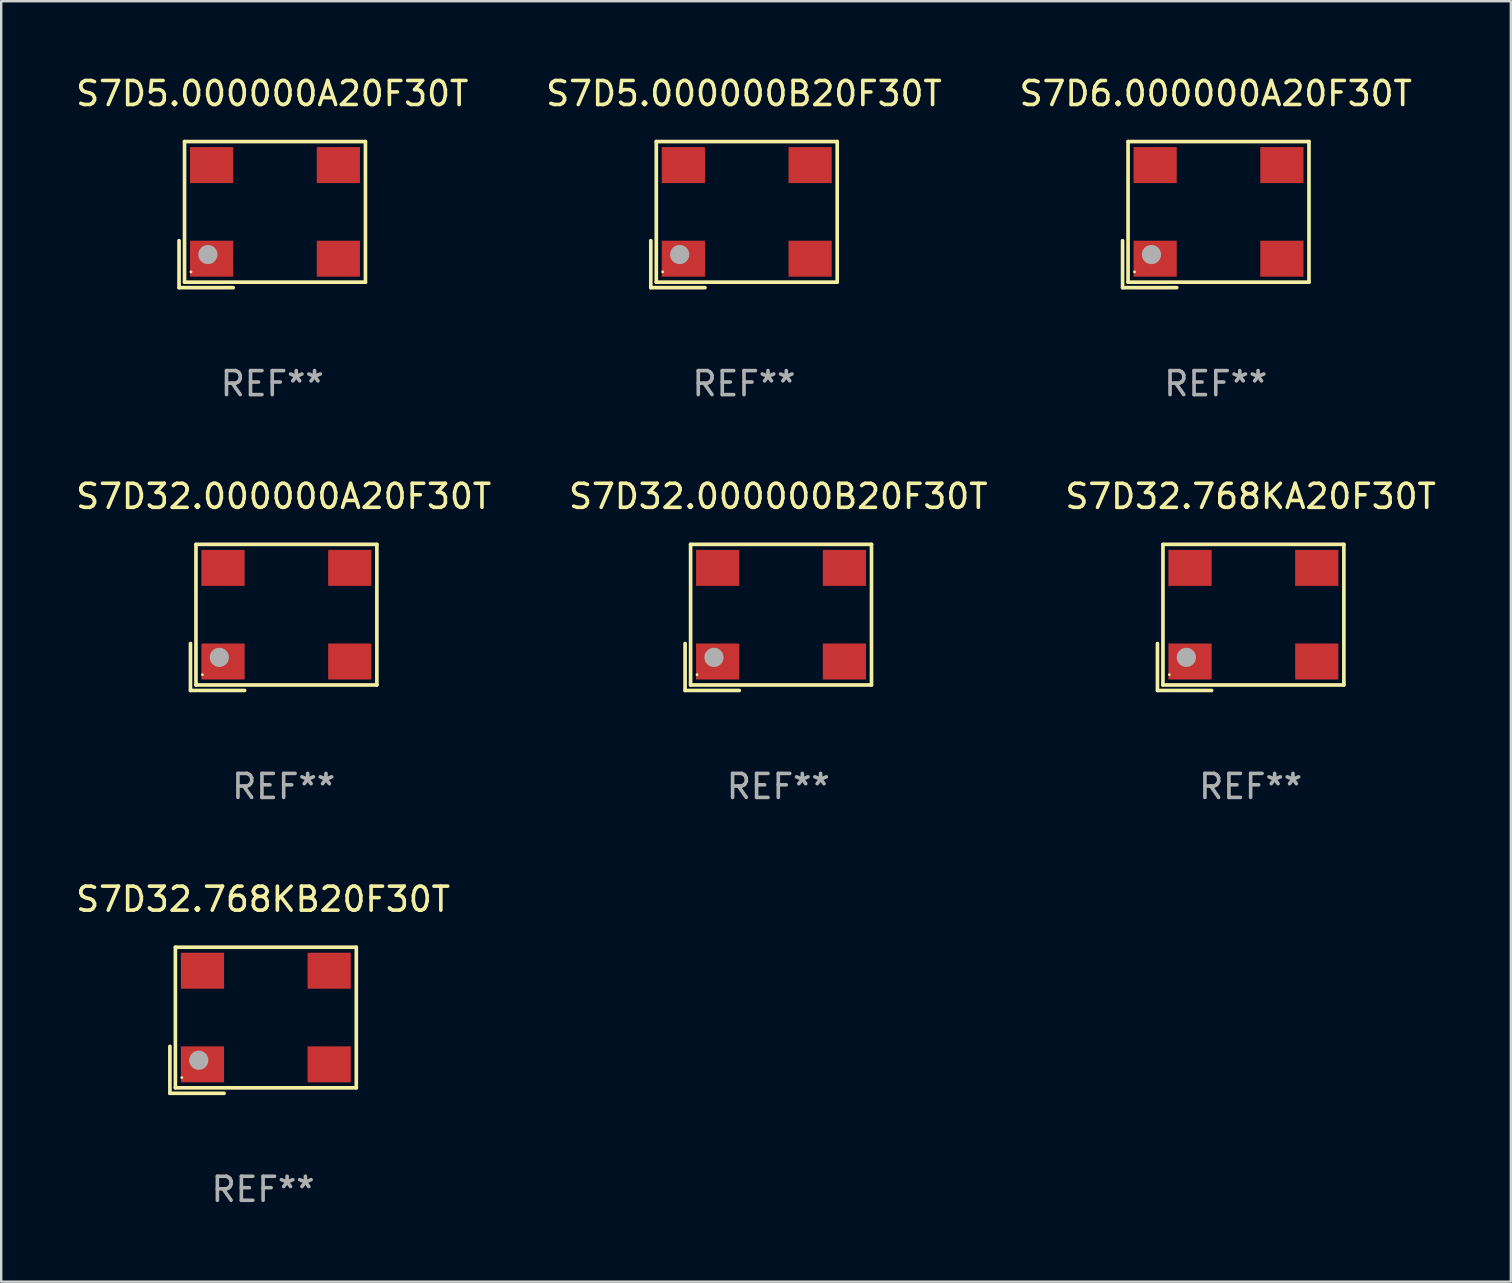
<source format=kicad_pcb>
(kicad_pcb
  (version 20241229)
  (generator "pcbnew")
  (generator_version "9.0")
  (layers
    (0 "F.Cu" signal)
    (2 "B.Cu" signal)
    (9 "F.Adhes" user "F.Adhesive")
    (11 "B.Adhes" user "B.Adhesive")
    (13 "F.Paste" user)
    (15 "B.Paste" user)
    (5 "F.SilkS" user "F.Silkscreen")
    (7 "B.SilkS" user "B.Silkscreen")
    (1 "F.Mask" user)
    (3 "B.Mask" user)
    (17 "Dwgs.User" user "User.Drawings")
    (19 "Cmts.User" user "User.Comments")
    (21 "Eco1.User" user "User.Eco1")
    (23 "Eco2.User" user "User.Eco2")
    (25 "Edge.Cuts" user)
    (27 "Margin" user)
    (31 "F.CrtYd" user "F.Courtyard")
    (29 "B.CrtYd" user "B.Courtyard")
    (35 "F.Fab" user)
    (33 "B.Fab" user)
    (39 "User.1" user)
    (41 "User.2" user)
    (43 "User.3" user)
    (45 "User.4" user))
  (footprint "S7D32.000000B20F30T"
    (layer "F.Cu")
    (at 29.375 22.673)
    (property "Reference" "S7D32.000000B20F30T" (at 0 -5.043 0) (layer "F.SilkS") (effects (font (size 1 1) (thickness 0.15))))
    (attr through_hole)
    (fp_line (start -3.883 1.086) (end -3.883 3.043) (stroke (width 0.152) (type solid)) (layer "F.SilkS"))
    (fp_line (start -3.883 3.043) (end -1.626 3.043) (stroke (width 0.152) (type solid)) (layer "F.SilkS"))
    (fp_line (start -3.654 -3.043) (end 3.883 -3.043) (stroke (width 0.152) (type solid)) (layer "F.SilkS"))
    (fp_line (start -3.654 2.814) (end -3.654 -3.043) (stroke (width 0.152) (type solid)) (layer "F.SilkS"))
    (fp_line (start 3.883 -3.043) (end 3.883 2.814) (stroke (width 0.152) (type solid)) (layer "F.SilkS"))
    (fp_line (start 3.883 2.814) (end -3.654 2.814) (stroke (width 0.152) (type solid)) (layer "F.SilkS"))
    (fp_circle (center -3.386 2.386) (end -3.356 2.386) (stroke (width 0.06) (type solid)) (fill no) (layer "F.SilkS"))
    (fp_circle (center -2.68 1.664) (end -2.48 1.664) (stroke (width 0.4) (type solid)) (fill no) (layer "F.Fab"))
    (fp_text user "REF**" (at 0 7.043 0) (layer "F.Fab") (effects (font (size 1 1) (thickness 0.15))))
    (pad "1" smd rect (at -2.526 1.836) (size 1.8 1.5) (layers "F.Cu" "F.Mask" "F.Paste"))
    (pad "2" smd rect (at 2.754 1.836) (size 1.8 1.5) (layers "F.Cu" "F.Mask" "F.Paste"))
    (pad "3" smd rect (at 2.754 -2.064) (size 1.8 1.5) (layers "F.Cu" "F.Mask" "F.Paste"))
    (pad "4" smd rect (at -2.526 -2.064) (size 1.8 1.5) (layers "F.Cu" "F.Mask" "F.Paste")))
  (footprint "S7D5.000000A20F30T"
    (layer "F.Cu")
    (at 8.292 5.891)
    (property "Reference" "S7D5.000000A20F30T" (at 0 -5.043 0) (layer "F.SilkS") (effects (font (size 1 1) (thickness 0.15))))
    (attr through_hole)
    (fp_line (start -3.883 1.086) (end -3.883 3.043) (stroke (width 0.152) (type solid)) (layer "F.SilkS"))
    (fp_line (start -3.883 3.043) (end -1.626 3.043) (stroke (width 0.152) (type solid)) (layer "F.SilkS"))
    (fp_line (start -3.654 -3.043) (end 3.883 -3.043) (stroke (width 0.152) (type solid)) (layer "F.SilkS"))
    (fp_line (start -3.654 2.814) (end -3.654 -3.043) (stroke (width 0.152) (type solid)) (layer "F.SilkS"))
    (fp_line (start 3.883 -3.043) (end 3.883 2.814) (stroke (width 0.152) (type solid)) (layer "F.SilkS"))
    (fp_line (start 3.883 2.814) (end -3.654 2.814) (stroke (width 0.152) (type solid)) (layer "F.SilkS"))
    (fp_circle (center -3.386 2.386) (end -3.356 2.386) (stroke (width 0.06) (type solid)) (fill no) (layer "F.SilkS"))
    (fp_circle (center -2.68 1.664) (end -2.48 1.664) (stroke (width 0.4) (type solid)) (fill no) (layer "F.Fab"))
    (fp_text user "REF**" (at 0 7.043 0) (layer "F.Fab") (effects (font (size 1 1) (thickness 0.15))))
    (pad "1" smd rect (at -2.526 1.836) (size 1.8 1.5) (layers "F.Cu" "F.Mask" "F.Paste"))
    (pad "2" smd rect (at 2.754 1.836) (size 1.8 1.5) (layers "F.Cu" "F.Mask" "F.Paste"))
    (pad "3" smd rect (at 2.754 -2.064) (size 1.8 1.5) (layers "F.Cu" "F.Mask" "F.Paste"))
    (pad "4" smd rect (at -2.526 -2.064) (size 1.8 1.5) (layers "F.Cu" "F.Mask" "F.Paste")))
  (footprint "S7D5.000000B20F30T"
    (layer "F.Cu")
    (at 27.946 5.891)
    (property "Reference" "S7D5.000000B20F30T" (at 0 -5.043 0) (layer "F.SilkS") (effects (font (size 1 1) (thickness 0.15))))
    (attr through_hole)
    (fp_line (start -3.883 1.086) (end -3.883 3.043) (stroke (width 0.152) (type solid)) (layer "F.SilkS"))
    (fp_line (start -3.883 3.043) (end -1.626 3.043) (stroke (width 0.152) (type solid)) (layer "F.SilkS"))
    (fp_line (start -3.654 -3.043) (end 3.883 -3.043) (stroke (width 0.152) (type solid)) (layer "F.SilkS"))
    (fp_line (start -3.654 2.814) (end -3.654 -3.043) (stroke (width 0.152) (type solid)) (layer "F.SilkS"))
    (fp_line (start 3.883 -3.043) (end 3.883 2.814) (stroke (width 0.152) (type solid)) (layer "F.SilkS"))
    (fp_line (start 3.883 2.814) (end -3.654 2.814) (stroke (width 0.152) (type solid)) (layer "F.SilkS"))
    (fp_circle (center -3.386 2.386) (end -3.356 2.386) (stroke (width 0.06) (type solid)) (fill no) (layer "F.SilkS"))
    (fp_circle (center -2.68 1.664) (end -2.48 1.664) (stroke (width 0.4) (type solid)) (fill no) (layer "F.Fab"))
    (fp_text user "REF**" (at 0 7.043 0) (layer "F.Fab") (effects (font (size 1 1) (thickness 0.15))))
    (pad "1" smd rect (at -2.526 1.836) (size 1.8 1.5) (layers "F.Cu" "F.Mask" "F.Paste"))
    (pad "2" smd rect (at 2.754 1.836) (size 1.8 1.5) (layers "F.Cu" "F.Mask" "F.Paste"))
    (pad "3" smd rect (at 2.754 -2.064) (size 1.8 1.5) (layers "F.Cu" "F.Mask" "F.Paste"))
    (pad "4" smd rect (at -2.526 -2.064) (size 1.8 1.5) (layers "F.Cu" "F.Mask" "F.Paste")))
  (footprint "S7D6.000000A20F30T"
    (layer "F.Cu")
    (at 47.601 5.891)
    (property "Reference" "S7D6.000000A20F30T" (at 0 -5.043 0) (layer "F.SilkS") (effects (font (size 1 1) (thickness 0.15))))
    (attr through_hole)
    (fp_line (start -3.883 1.086) (end -3.883 3.043) (stroke (width 0.152) (type solid)) (layer "F.SilkS"))
    (fp_line (start -3.883 3.043) (end -1.626 3.043) (stroke (width 0.152) (type solid)) (layer "F.SilkS"))
    (fp_line (start -3.654 -3.043) (end 3.883 -3.043) (stroke (width 0.152) (type solid)) (layer "F.SilkS"))
    (fp_line (start -3.654 2.814) (end -3.654 -3.043) (stroke (width 0.152) (type solid)) (layer "F.SilkS"))
    (fp_line (start 3.883 -3.043) (end 3.883 2.814) (stroke (width 0.152) (type solid)) (layer "F.SilkS"))
    (fp_line (start 3.883 2.814) (end -3.654 2.814) (stroke (width 0.152) (type solid)) (layer "F.SilkS"))
    (fp_circle (center -3.386 2.386) (end -3.356 2.386) (stroke (width 0.06) (type solid)) (fill no) (layer "F.SilkS"))
    (fp_circle (center -2.68 1.664) (end -2.48 1.664) (stroke (width 0.4) (type solid)) (fill no) (layer "F.Fab"))
    (fp_text user "REF**" (at 0 7.043 0) (layer "F.Fab") (effects (font (size 1 1) (thickness 0.15))))
    (pad "1" smd rect (at -2.526 1.836) (size 1.8 1.5) (layers "F.Cu" "F.Mask" "F.Paste"))
    (pad "2" smd rect (at 2.754 1.836) (size 1.8 1.5) (layers "F.Cu" "F.Mask" "F.Paste"))
    (pad "3" smd rect (at 2.754 -2.064) (size 1.8 1.5) (layers "F.Cu" "F.Mask" "F.Paste"))
    (pad "4" smd rect (at -2.526 -2.064) (size 1.8 1.5) (layers "F.Cu" "F.Mask" "F.Paste")))
  (footprint "S7D32.768KA20F30T"
    (layer "F.Cu")
    (at 49.054 22.673)
    (property "Reference" "S7D32.768KA20F30T" (at 0 -5.043 0) (layer "F.SilkS") (effects (font (size 1 1) (thickness 0.15))))
    (attr through_hole)
    (fp_line (start -3.883 1.086) (end -3.883 3.043) (stroke (width 0.152) (type solid)) (layer "F.SilkS"))
    (fp_line (start -3.883 3.043) (end -1.626 3.043) (stroke (width 0.152) (type solid)) (layer "F.SilkS"))
    (fp_line (start -3.654 -3.043) (end 3.883 -3.043) (stroke (width 0.152) (type solid)) (layer "F.SilkS"))
    (fp_line (start -3.654 2.814) (end -3.654 -3.043) (stroke (width 0.152) (type solid)) (layer "F.SilkS"))
    (fp_line (start 3.883 -3.043) (end 3.883 2.814) (stroke (width 0.152) (type solid)) (layer "F.SilkS"))
    (fp_line (start 3.883 2.814) (end -3.654 2.814) (stroke (width 0.152) (type solid)) (layer "F.SilkS"))
    (fp_circle (center -3.386 2.386) (end -3.356 2.386) (stroke (width 0.06) (type solid)) (fill no) (layer "F.SilkS"))
    (fp_circle (center -2.68 1.664) (end -2.48 1.664) (stroke (width 0.4) (type solid)) (fill no) (layer "F.Fab"))
    (fp_text user "REF**" (at 0 7.043 0) (layer "F.Fab") (effects (font (size 1 1) (thickness 0.15))))
    (pad "1" smd rect (at -2.526 1.836) (size 1.8 1.5) (layers "F.Cu" "F.Mask" "F.Paste"))
    (pad "2" smd rect (at 2.754 1.836) (size 1.8 1.5) (layers "F.Cu" "F.Mask" "F.Paste"))
    (pad "3" smd rect (at 2.754 -2.064) (size 1.8 1.5) (layers "F.Cu" "F.Mask" "F.Paste"))
    (pad "4" smd rect (at -2.526 -2.064) (size 1.8 1.5) (layers "F.Cu" "F.Mask" "F.Paste")))
  (footprint "S7D32.768KB20F30T"
    (layer "F.Cu")
    (at 7.911 39.456)
    (property "Reference" "S7D32.768KB20F30T" (at 0 -5.043 0) (layer "F.SilkS") (effects (font (size 1 1) (thickness 0.15))))
    (attr through_hole)
    (fp_line (start -3.883 1.086) (end -3.883 3.043) (stroke (width 0.152) (type solid)) (layer "F.SilkS"))
    (fp_line (start -3.883 3.043) (end -1.626 3.043) (stroke (width 0.152) (type solid)) (layer "F.SilkS"))
    (fp_line (start -3.654 -3.043) (end 3.883 -3.043) (stroke (width 0.152) (type solid)) (layer "F.SilkS"))
    (fp_line (start -3.654 2.814) (end -3.654 -3.043) (stroke (width 0.152) (type solid)) (layer "F.SilkS"))
    (fp_line (start 3.883 -3.043) (end 3.883 2.814) (stroke (width 0.152) (type solid)) (layer "F.SilkS"))
    (fp_line (start 3.883 2.814) (end -3.654 2.814) (stroke (width 0.152) (type solid)) (layer "F.SilkS"))
    (fp_circle (center -3.386 2.386) (end -3.356 2.386) (stroke (width 0.06) (type solid)) (fill no) (layer "F.SilkS"))
    (fp_circle (center -2.68 1.664) (end -2.48 1.664) (stroke (width 0.4) (type solid)) (fill no) (layer "F.Fab"))
    (fp_text user "REF**" (at 0 7.043 0) (layer "F.Fab") (effects (font (size 1 1) (thickness 0.15))))
    (pad "1" smd rect (at -2.526 1.836) (size 1.8 1.5) (layers "F.Cu" "F.Mask" "F.Paste"))
    (pad "2" smd rect (at 2.754 1.836) (size 1.8 1.5) (layers "F.Cu" "F.Mask" "F.Paste"))
    (pad "3" smd rect (at 2.754 -2.064) (size 1.8 1.5) (layers "F.Cu" "F.Mask" "F.Paste"))
    (pad "4" smd rect (at -2.526 -2.064) (size 1.8 1.5) (layers "F.Cu" "F.Mask" "F.Paste")))
  (footprint "S7D32.000000A20F30T"
    (layer "F.Cu")
    (at 8.768 22.673)
    (property "Reference" "S7D32.000000A20F30T" (at 0 -5.043 0) (layer "F.SilkS") (effects (font (size 1 1) (thickness 0.15))))
    (attr through_hole)
    (fp_line (start -3.883 1.086) (end -3.883 3.043) (stroke (width 0.152) (type solid)) (layer "F.SilkS"))
    (fp_line (start -3.883 3.043) (end -1.626 3.043) (stroke (width 0.152) (type solid)) (layer "F.SilkS"))
    (fp_line (start -3.654 -3.043) (end 3.883 -3.043) (stroke (width 0.152) (type solid)) (layer "F.SilkS"))
    (fp_line (start -3.654 2.814) (end -3.654 -3.043) (stroke (width 0.152) (type solid)) (layer "F.SilkS"))
    (fp_line (start 3.883 -3.043) (end 3.883 2.814) (stroke (width 0.152) (type solid)) (layer "F.SilkS"))
    (fp_line (start 3.883 2.814) (end -3.654 2.814) (stroke (width 0.152) (type solid)) (layer "F.SilkS"))
    (fp_circle (center -3.386 2.386) (end -3.356 2.386) (stroke (width 0.06) (type solid)) (fill no) (layer "F.SilkS"))
    (fp_circle (center -2.68 1.664) (end -2.48 1.664) (stroke (width 0.4) (type solid)) (fill no) (layer "F.Fab"))
    (fp_text user "REF**" (at 0 7.043 0) (layer "F.Fab") (effects (font (size 1 1) (thickness 0.15))))
    (pad "1" smd rect (at -2.526 1.836) (size 1.8 1.5) (layers "F.Cu" "F.Mask" "F.Paste"))
    (pad "2" smd rect (at 2.754 1.836) (size 1.8 1.5) (layers "F.Cu" "F.Mask" "F.Paste"))
    (pad "3" smd rect (at 2.754 -2.064) (size 1.8 1.5) (layers "F.Cu" "F.Mask" "F.Paste"))
    (pad "4" smd rect (at -2.526 -2.064) (size 1.8 1.5) (layers "F.Cu" "F.Mask" "F.Paste")))
  (gr_rect
    (start -3 -3)
    (end 59.893 50.347)
    (stroke (width 0.1) (type default))
    (fill no)
    (layer "Edge.Cuts")))
</source>
